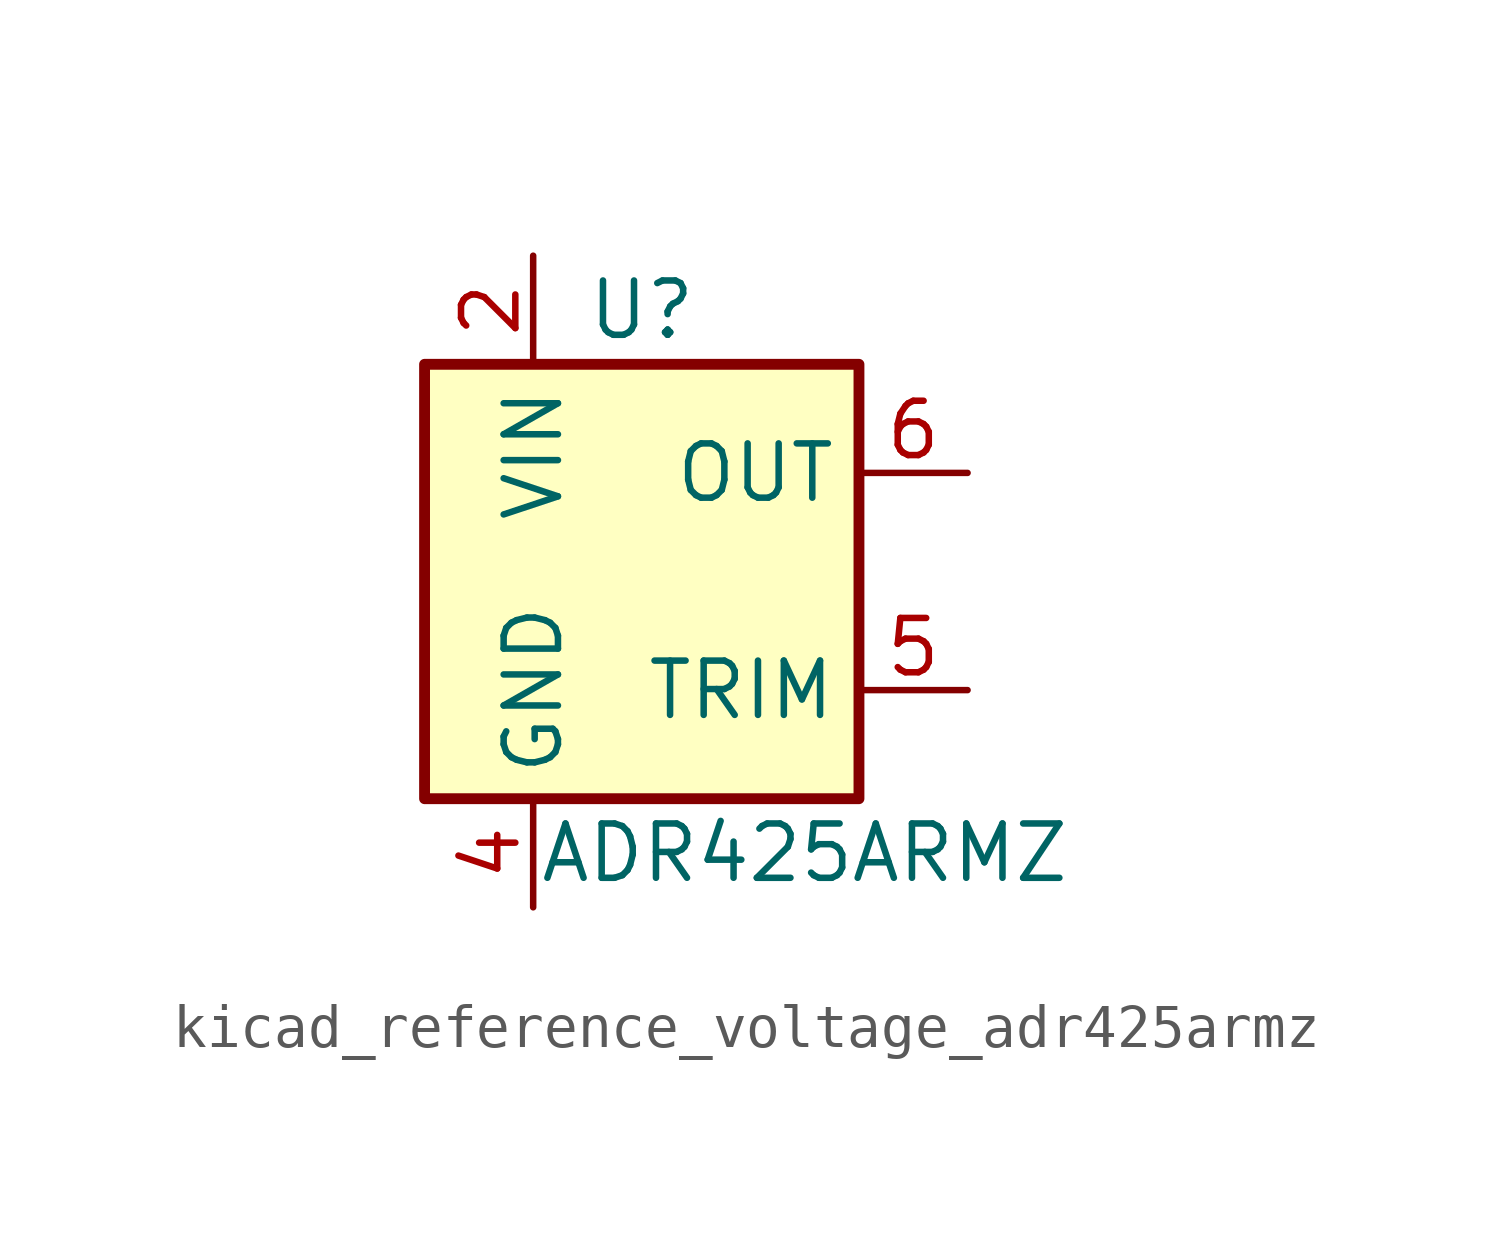
<source format=kicad_sym>
(kicad_symbol_lib
  (version 20220914)
  (generator kicad_symbol_editor)
  (symbol "kicad_reference_voltage_adr425armz"
    (property "Reference" "U"
      (at 0 6.35 0)
      (effects (font (size 1.27 1.27))))
    (property "Value" "ADR425ARMZ"
      (at 3.81 -6.35 0)
      (effects (font (size 1.27 1.27))))
    (symbol "kicad_reference_voltage_adr425armz_0_1"
      (rectangle (start 5.08 -5.08) (end -5.08 5.08) (stroke (width 0.254) (type default)) (fill (type background)))
      (pin no_connect line (at -5.08 0 0) (length 2.54) hide (name "TP" (effects (font (size 1.27 1.27)))) (number "1" (effects (font (size 1.27 1.27)))))
      (pin power_in line (at -2.54 7.62 270) (length 2.54) (name "VIN" (effects (font (size 1.27 1.27)))) (number "2" (effects (font (size 1.27 1.27)))))
      (pin no_connect line (at 5.08 0 180) (length 2.54) hide (name "NC" (effects (font (size 1.27 1.27)))) (number "3" (effects (font (size 1.27 1.27)))))
      (pin power_in line (at -2.54 -7.62 90) (length 2.54) (name "GND" (effects (font (size 1.27 1.27)))) (number "4" (effects (font (size 1.27 1.27)))))
      (pin passive line (at 7.62 -2.54 180) (length 2.54) (name "TRIM" (effects (font (size 1.27 1.27)))) (number "5" (effects (font (size 1.27 1.27)))))
      (pin output line (at 7.62 2.54 180) (length 2.54) (name "OUT" (effects (font (size 1.27 1.27)))) (number "6" (effects (font (size 1.27 1.27)))))
      (pin no_connect line (at -5.08 2.54 0) (length 2.54) hide (name "NC" (effects (font (size 1.27 1.27)))) (number "7" (effects (font (size 1.27 1.27)))))
      (pin no_connect line (at -5.08 -2.54 0) (length 2.54) hide (name "TP" (effects (font (size 1.27 1.27)))) (number "8" (effects (font (size 1.27 1.27))))))))
</source>
